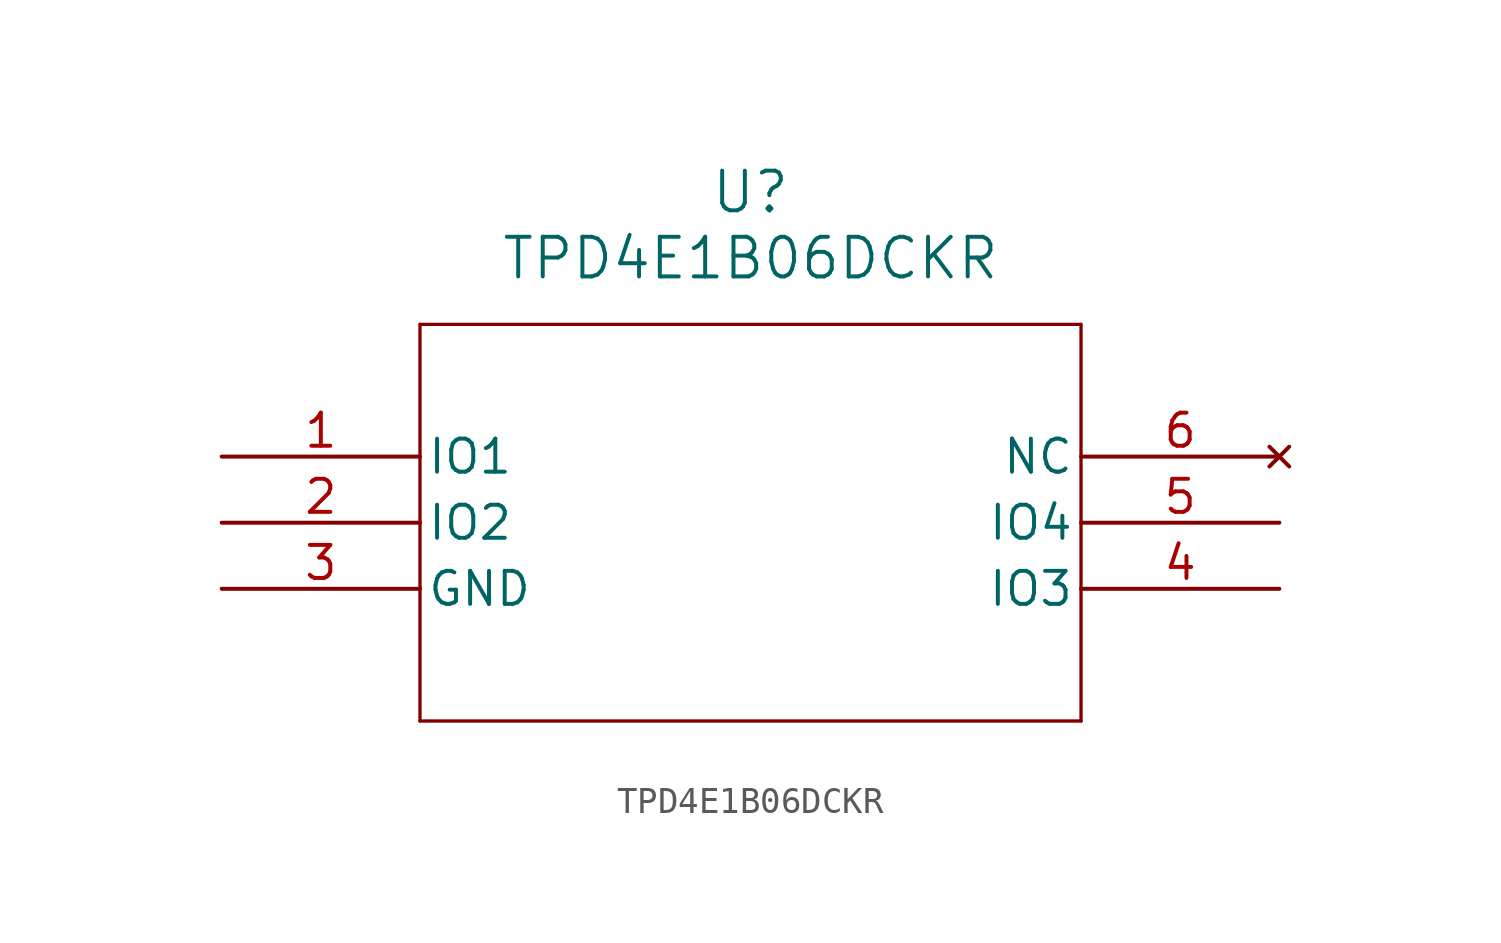
<source format=kicad_sym>
(kicad_symbol_lib
  (version 20211014)
  (generator kicad_symbol_editor)
  (symbol "TPD4E1B06DCKR"
    (pin_names
      (offset 0.254))
    (property "Reference" "U"
      (at 20.32 10.16 0)
      (effects (font (size 1.524 1.524))))
    (property "Value" "TPD4E1B06DCKR"
      (at 20.32 7.62 0)
      (effects (font (size 1.524 1.524))))
    (symbol "TPD4E1B06DCKR_0_1"
      (polyline (pts (xy 7.62 5.08) (xy 7.62 -10.16)) (stroke (width 0.127) (type default) (color 0 0 0 0)) (fill (type none)))
      (polyline (pts (xy 7.62 -10.16) (xy 33.02 -10.16)) (stroke (width 0.127) (type default) (color 0 0 0 0)) (fill (type none)))
      (polyline (pts (xy 33.02 -10.16) (xy 33.02 5.08)) (stroke (width 0.127) (type default) (color 0 0 0 0)) (fill (type none)))
      (polyline (pts (xy 33.02 5.08) (xy 7.62 5.08)) (stroke (width 0.127) (type default) (color 0 0 0 0)) (fill (type none)))
      (pin bidirectional line (at 0 0 0) (length 7.62) (name "IO1" (effects (font (size 1.27 1.27)))) (number "1" (effects (font (size 1.27 1.27)))))
      (pin bidirectional line (at 0 -2.54 0) (length 7.62) (name "IO2" (effects (font (size 1.27 1.27)))) (number "2" (effects (font (size 1.27 1.27)))))
      (pin power_in line (at 0 -5.08 0) (length 7.62) (name "GND" (effects (font (size 1.27 1.27)))) (number "3" (effects (font (size 1.27 1.27)))))
      (pin bidirectional line (at 40.64 -5.08 180) (length 7.62) (name "IO3" (effects (font (size 1.27 1.27)))) (number "4" (effects (font (size 1.27 1.27)))))
      (pin bidirectional line (at 40.64 -2.54 180) (length 7.62) (name "IO4" (effects (font (size 1.27 1.27)))) (number "5" (effects (font (size 1.27 1.27)))))
      (pin no_connect line (at 40.64 0 180) (length 7.62) (name "NC" (effects (font (size 1.27 1.27)))) (number "6" (effects (font (size 1.27 1.27))))))))
</source>
